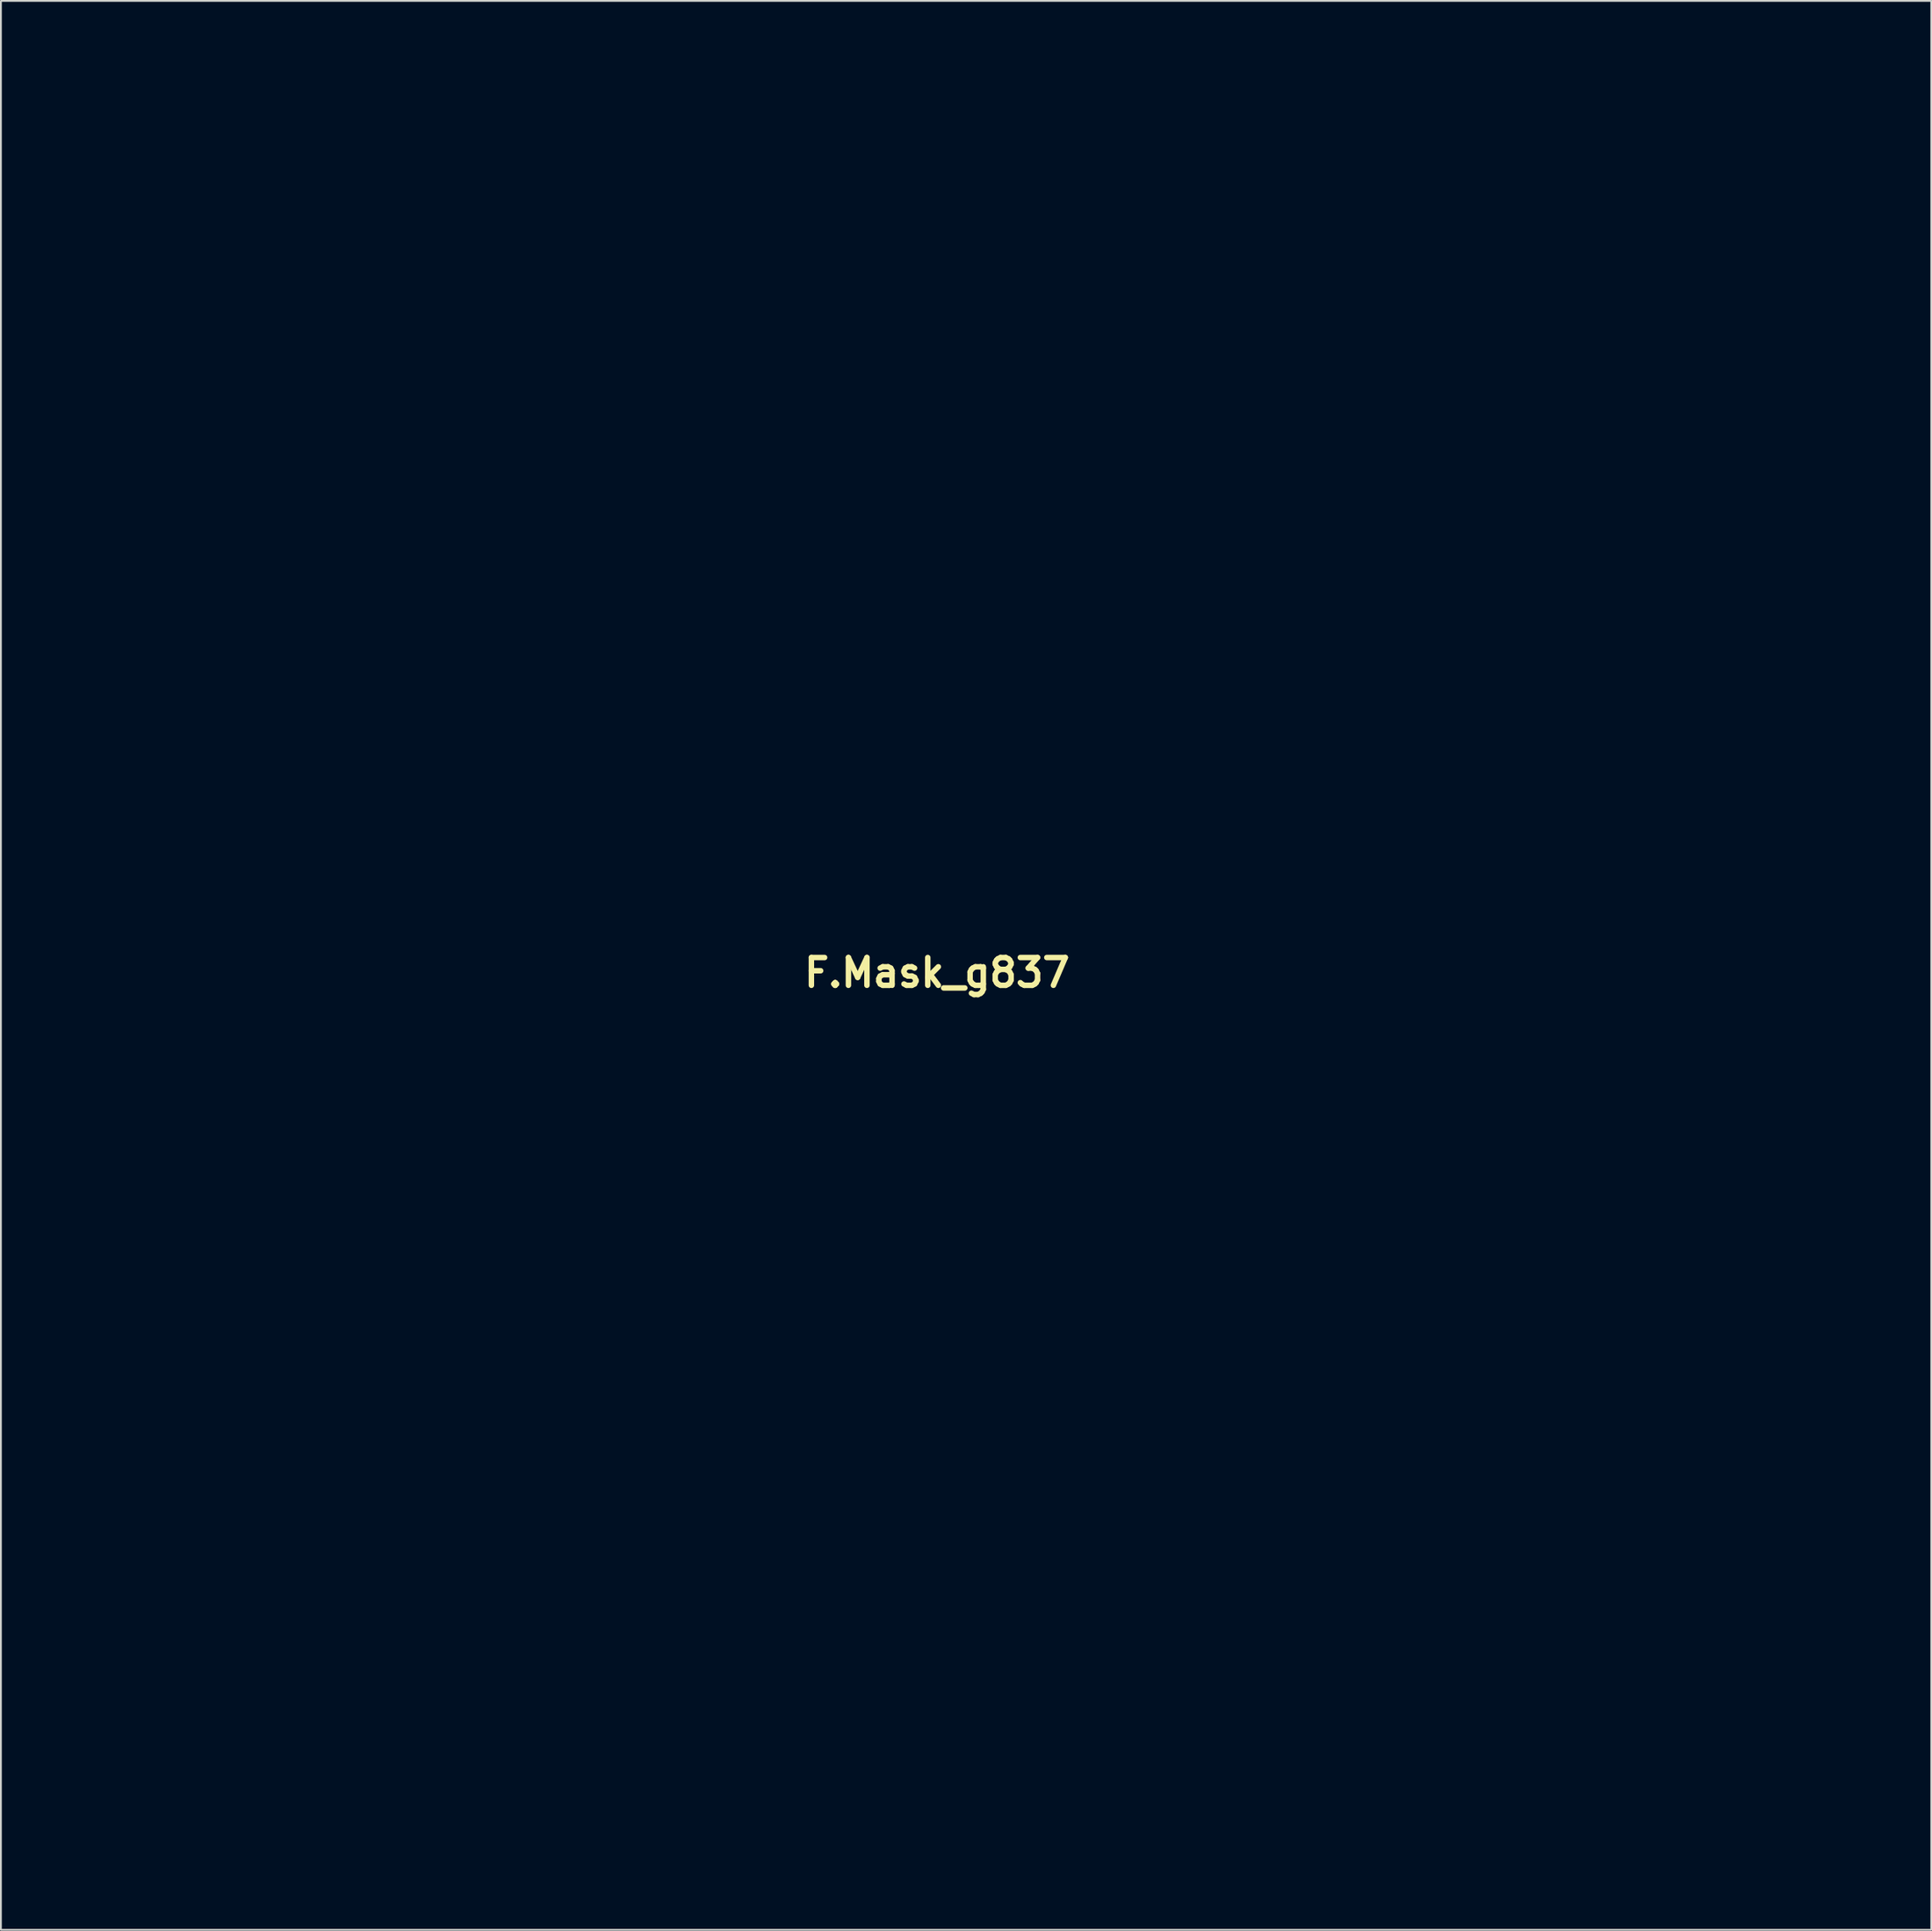
<source format=kicad_pcb>
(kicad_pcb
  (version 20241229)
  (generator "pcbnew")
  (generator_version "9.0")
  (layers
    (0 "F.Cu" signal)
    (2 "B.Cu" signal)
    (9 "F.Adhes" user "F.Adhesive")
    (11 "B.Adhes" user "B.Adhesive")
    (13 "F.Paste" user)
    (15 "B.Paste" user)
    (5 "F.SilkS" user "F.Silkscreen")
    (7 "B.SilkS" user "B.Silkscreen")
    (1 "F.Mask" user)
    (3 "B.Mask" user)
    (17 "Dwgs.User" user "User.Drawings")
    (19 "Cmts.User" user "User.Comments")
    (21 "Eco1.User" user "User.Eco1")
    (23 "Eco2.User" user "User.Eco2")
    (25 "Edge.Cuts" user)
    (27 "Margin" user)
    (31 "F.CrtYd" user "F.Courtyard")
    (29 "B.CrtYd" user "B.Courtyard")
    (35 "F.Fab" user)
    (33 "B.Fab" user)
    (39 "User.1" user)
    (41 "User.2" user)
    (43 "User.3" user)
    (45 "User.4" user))
  (footprint "F.Mask_g837"
    (layer "F.Cu")
    (at 48.37 50.336)
    (property "Reference" "F.Mask_g837" (at 0 0 0) (layer "F.SilkS") (effects (font (size 1.524 1.524) (thickness 0.3))))
    (attr through_hole)
    (fp_poly (pts (xy 12.883 -15.338) (xy 12.97 -15.269) (xy 13.096 -15.16) (xy 13.252 -15.02) (xy 13.363 -14.918) (xy 13.859 -14.456) (xy 14.297 -14.048) (xy 14.678 -13.692) (xy 15.007 -13.385) (xy 15.287 -13.124) (xy 15.52 -12.905) (xy 15.709 -12.726) (xy 15.859 -12.585) (xy 15.971 -12.477) (xy 16.05 -12.4) (xy 16.098 -12.352) (xy 16.118 -12.329) (xy 16.119 -12.327) (xy 16.083 -12.306) (xy 15.976 -12.263) (xy 15.805 -12.201) (xy 15.58 -12.123) (xy 15.311 -12.032) (xy 15.006 -11.931) (xy 14.674 -11.822) (xy 14.325 -11.709) (xy 13.967 -11.594) (xy 13.61 -11.481) (xy 13.262 -11.372) (xy 12.932 -11.27) (xy 12.63 -11.178) (xy 12.365 -11.098) (xy 12.146 -11.035) (xy 11.981 -10.99) (xy 11.88 -10.967) (xy 11.858 -10.964) (xy 11.824 -10.996) (xy 11.828 -11.038) (xy 11.842 -11.093) (xy 11.873 -11.222) (xy 11.919 -11.418) (xy 11.978 -11.671) (xy 12.049 -11.975) (xy 12.129 -12.321) (xy 12.217 -12.701) (xy 12.311 -13.107) (xy 12.338 -13.225) (xy 12.433 -13.635) (xy 12.523 -14.019) (xy 12.605 -14.37) (xy 12.678 -14.68) (xy 12.741 -14.941) (xy 12.791 -15.146) (xy 12.826 -15.286) (xy 12.844 -15.353) (xy 12.847 -15.358) (xy 12.883 -15.338)) (stroke (width 0.01) (type solid)) (fill yes) (layer "F.Mask"))
    (fp_poly (pts (xy 17.584 -16.735) (xy 17.675 -16.66) (xy 17.817 -16.536) (xy 18.004 -16.37) (xy 18.23 -16.166) (xy 18.49 -15.929) (xy 18.778 -15.664) (xy 19.09 -15.377) (xy 19.418 -15.072) (xy 19.758 -14.755) (xy 19.91 -14.613) (xy 20.141 -14.394) (xy 20.348 -14.194) (xy 20.525 -14.019) (xy 20.663 -13.877) (xy 20.757 -13.775) (xy 20.798 -13.72) (xy 20.799 -13.713) (xy 20.75 -13.692) (xy 20.629 -13.649) (xy 20.447 -13.588) (xy 20.212 -13.513) (xy 19.936 -13.425) (xy 19.626 -13.328) (xy 19.294 -13.224) (xy 18.948 -13.118) (xy 18.599 -13.011) (xy 18.255 -12.908) (xy 17.928 -12.81) (xy 17.626 -12.72) (xy 17.359 -12.643) (xy 17.138 -12.58) (xy 16.971 -12.535) (xy 16.958 -12.532) (xy 16.773 -12.485) (xy 16.655 -12.458) (xy 16.588 -12.45) (xy 16.559 -12.458) (xy 16.552 -12.481) (xy 16.552 -12.484) (xy 16.562 -12.556) (xy 16.589 -12.7) (xy 16.63 -12.904) (xy 16.685 -13.159) (xy 16.751 -13.455) (xy 16.825 -13.784) (xy 16.905 -14.135) (xy 16.988 -14.499) (xy 17.074 -14.865) (xy 17.159 -15.226) (xy 17.241 -15.57) (xy 17.318 -15.888) (xy 17.388 -16.171) (xy 17.449 -16.409) (xy 17.497 -16.593) (xy 17.532 -16.713) (xy 17.549 -16.758) (xy 17.584 -16.735)) (stroke (width 0.01) (type solid)) (fill yes) (layer "F.Mask"))
    (fp_poly (pts (xy 13.946 -20.215) (xy 13.974 -20.199) (xy 14.021 -20.165) (xy 14.089 -20.109) (xy 14.184 -20.027) (xy 14.308 -19.916) (xy 14.467 -19.774) (xy 14.662 -19.595) (xy 14.899 -19.377) (xy 15.181 -19.116) (xy 15.513 -18.809) (xy 15.897 -18.452) (xy 16.339 -18.041) (xy 16.476 -17.913) (xy 16.684 -17.718) (xy 16.868 -17.542) (xy 17.02 -17.392) (xy 17.132 -17.277) (xy 17.196 -17.205) (xy 17.207 -17.185) (xy 17.155 -17.153) (xy 17.093 -17.134) (xy 17.032 -17.118) (xy 16.9 -17.079) (xy 16.705 -17.021) (xy 16.457 -16.946) (xy 16.164 -16.858) (xy 15.835 -16.758) (xy 15.48 -16.65) (xy 15.325 -16.602) (xy 14.95 -16.489) (xy 14.59 -16.38) (xy 14.253 -16.28) (xy 13.951 -16.191) (xy 13.695 -16.117) (xy 13.495 -16.061) (xy 13.361 -16.026) (xy 13.335 -16.02) (xy 13.18 -15.981) (xy 13.059 -15.942) (xy 12.995 -15.912) (xy 12.991 -15.907) (xy 12.953 -15.893) (xy 12.937 -15.911) (xy 12.939 -15.963) (xy 12.959 -16.088) (xy 12.994 -16.276) (xy 13.044 -16.518) (xy 13.104 -16.804) (xy 13.174 -17.125) (xy 13.252 -17.47) (xy 13.334 -17.831) (xy 13.418 -18.198) (xy 13.503 -18.562) (xy 13.587 -18.913) (xy 13.666 -19.241) (xy 13.739 -19.537) (xy 13.804 -19.791) (xy 13.858 -19.995) (xy 13.9 -20.137) (xy 13.927 -20.21) (xy 13.932 -20.217) (xy 13.946 -20.215)) (stroke (width 0.01) (type solid)) (fill yes) (layer "F.Mask"))
    (fp_poly (pts (xy 13.864 -20.605) (xy 13.873 -20.587) (xy 13.906 -20.549) (xy 13.996 -20.459) (xy 14.137 -20.322) (xy 14.324 -20.143) (xy 14.551 -19.928) (xy 14.812 -19.681) (xy 15.102 -19.407) (xy 15.416 -19.113) (xy 15.711 -18.837) (xy 16.04 -18.529) (xy 16.35 -18.237) (xy 16.634 -17.966) (xy 16.888 -17.723) (xy 17.106 -17.511) (xy 17.283 -17.337) (xy 17.414 -17.205) (xy 17.492 -17.12) (xy 17.514 -17.089) (xy 17.532 -17.031) (xy 17.589 -16.976) (xy 17.639 -16.934) (xy 17.742 -16.842) (xy 17.891 -16.707) (xy 18.08 -16.533) (xy 18.302 -16.328) (xy 18.551 -16.098) (xy 18.819 -15.848) (xy 19.101 -15.586) (xy 19.389 -15.317) (xy 19.677 -15.048) (xy 19.957 -14.785) (xy 20.224 -14.535) (xy 20.471 -14.302) (xy 20.69 -14.094) (xy 20.876 -13.918) (xy 21.022 -13.778) (xy 21.12 -13.682) (xy 21.165 -13.636) (xy 21.167 -13.632) (xy 21.131 -13.61) (xy 21.093 -13.604) (xy 21.04 -13.592) (xy 20.916 -13.557) (xy 20.73 -13.502) (xy 20.489 -13.431) (xy 20.203 -13.345) (xy 19.881 -13.249) (xy 19.533 -13.143) (xy 19.166 -13.032) (xy 18.791 -12.918) (xy 18.415 -12.803) (xy 18.049 -12.69) (xy 17.7 -12.583) (xy 17.379 -12.484) (xy 17.093 -12.395) (xy 16.852 -12.319) (xy 16.665 -12.26) (xy 16.542 -12.219) (xy 16.49 -12.2) (xy 16.49 -12.2) (xy 16.411 -12.173) (xy 16.384 -12.169) (xy 16.327 -12.155) (xy 16.201 -12.119) (xy 16.018 -12.066) (xy 15.79 -11.998) (xy 15.53 -11.919) (xy 15.346 -11.863) (xy 15.038 -11.768) (xy 14.672 -11.656) (xy 14.27 -11.533) (xy 13.855 -11.406) (xy 13.449 -11.283) (xy 13.102 -11.177) (xy 12.784 -11.08) (xy 12.487 -10.99) (xy 12.223 -10.91) (xy 12.003 -10.842) (xy 11.837 -10.791) (xy 11.736 -10.76) (xy 11.716 -10.753) (xy 11.633 -10.728) (xy 11.6 -10.723) (xy 11.61 -10.765) (xy 11.628 -10.843) (xy 11.726 -10.843) (xy 11.727 -10.837) (xy 11.771 -10.849) (xy 11.889 -10.884) (xy 12.074 -10.939) (xy 12.317 -11.012) (xy 12.611 -11.1) (xy 12.949 -11.203) (xy 13.323 -11.316) (xy 13.726 -11.439) (xy 13.974 -11.514) (xy 14.392 -11.642) (xy 14.787 -11.763) (xy 15.152 -11.875) (xy 15.478 -11.976) (xy 15.759 -12.063) (xy 15.985 -12.133) (xy 16.151 -12.185) (xy 16.247 -12.216) (xy 16.268 -12.224) (xy 16.274 -12.24) (xy 16.254 -12.278) (xy 16.226 -12.313) (xy 16.385 -12.313) (xy 16.393 -12.299) (xy 16.418 -12.294) (xy 16.466 -12.299) (xy 16.544 -12.316) (xy 16.657 -12.345) (xy 16.812 -12.388) (xy 17.014 -12.448) (xy 17.269 -12.524) (xy 17.584 -12.62) (xy 17.963 -12.735) (xy 18.413 -12.873) (xy 18.775 -12.983) (xy 19.186 -13.109) (xy 19.574 -13.228) (xy 19.93 -13.337) (xy 20.247 -13.435) (xy 20.516 -13.519) (xy 20.732 -13.587) (xy 20.885 -13.636) (xy 20.968 -13.663) (xy 20.981 -13.668) (xy 20.958 -13.7) (xy 20.879 -13.783) (xy 20.752 -13.911) (xy 20.582 -14.077) (xy 20.377 -14.276) (xy 20.144 -14.501) (xy 19.887 -14.745) (xy 19.616 -15.003) (xy 19.335 -15.269) (xy 19.053 -15.535) (xy 18.774 -15.796) (xy 18.507 -16.045) (xy 18.258 -16.277) (xy 18.032 -16.484) (xy 17.839 -16.661) (xy 17.682 -16.801) (xy 17.57 -16.898) (xy 17.51 -16.946) (xy 17.502 -16.95) (xy 17.486 -16.911) (xy 17.453 -16.796) (xy 17.406 -16.615) (xy 17.345 -16.373) (xy 17.272 -16.079) (xy 17.19 -15.74) (xy 17.101 -15.363) (xy 17.006 -14.956) (xy 16.954 -14.732) (xy 16.856 -14.308) (xy 16.763 -13.906) (xy 16.677 -13.533) (xy 16.599 -13.2) (xy 16.533 -12.912) (xy 16.478 -12.679) (xy 16.438 -12.508) (xy 16.415 -12.408) (xy 16.41 -12.388) (xy 16.4 -12.359) (xy 16.39 -12.333) (xy 16.385 -12.313) (xy 16.226 -12.313) (xy 16.205 -12.34) (xy 16.121 -12.431) (xy 16 -12.554) (xy 15.838 -12.714) (xy 15.63 -12.914) (xy 15.372 -13.159) (xy 15.06 -13.452) (xy 14.692 -13.797) (xy 14.581 -13.899) (xy 14.257 -14.201) (xy 13.951 -14.484) (xy 13.67 -14.743) (xy 13.418 -14.974) (xy 13.201 -15.171) (xy 13.025 -15.328) (xy 12.896 -15.442) (xy 12.818 -15.507) (xy 12.797 -15.52) (xy 12.782 -15.475) (xy 12.751 -15.356) (xy 12.705 -15.174) (xy 12.648 -14.936) (xy 12.581 -14.653) (xy 12.506 -14.333) (xy 12.425 -13.984) (xy 12.34 -13.616) (xy 12.253 -13.238) (xy 12.166 -12.858) (xy 12.082 -12.486) (xy 12.002 -12.131) (xy 11.928 -11.801) (xy 11.863 -11.505) (xy 11.808 -11.252) (xy 11.765 -11.052) (xy 11.738 -10.913) (xy 11.726 -10.843) (xy 11.628 -10.843) (xy 11.636 -10.882) (xy 11.679 -11.066) (xy 11.736 -11.312) (xy 11.805 -11.612) (xy 11.885 -11.957) (xy 11.974 -12.342) (xy 12.07 -12.759) (xy 12.164 -13.166) (xy 12.266 -13.606) (xy 12.36 -14.021) (xy 12.446 -14.404) (xy 12.522 -14.748) (xy 12.586 -15.045) (xy 12.638 -15.288) (xy 12.674 -15.47) (xy 12.694 -15.583) (xy 12.697 -15.621) (xy 12.702 -15.664) (xy 12.702 -15.664) (xy 12.857 -15.664) (xy 12.881 -15.631) (xy 12.961 -15.545) (xy 13.093 -15.412) (xy 13.271 -15.237) (xy 13.489 -15.026) (xy 13.743 -14.784) (xy 14.026 -14.515) (xy 14.333 -14.226) (xy 14.571 -14.003) (xy 14.966 -13.635) (xy 15.303 -13.323) (xy 15.586 -13.064) (xy 15.818 -12.854) (xy 16.003 -12.69) (xy 16.145 -12.569) (xy 16.246 -12.489) (xy 16.311 -12.446) (xy 16.342 -12.437) (xy 16.345 -12.441) (xy 16.36 -12.494) (xy 16.391 -12.622) (xy 16.437 -12.817) (xy 16.497 -13.071) (xy 16.569 -13.376) (xy 16.65 -13.726) (xy 16.74 -14.111) (xy 16.835 -14.524) (xy 16.891 -14.765) (xy 16.988 -15.188) (xy 17.079 -15.587) (xy 17.161 -15.952) (xy 17.233 -16.277) (xy 17.294 -16.555) (xy 17.341 -16.777) (xy 17.373 -16.936) (xy 17.389 -17.025) (xy 17.39 -17.041) (xy 17.348 -17.033) (xy 17.233 -17.002) (xy 17.055 -16.951) (xy 16.823 -16.884) (xy 16.545 -16.802) (xy 16.232 -16.709) (xy 15.89 -16.607) (xy 15.53 -16.498) (xy 15.161 -16.386) (xy 14.79 -16.274) (xy 14.427 -16.163) (xy 14.081 -16.056) (xy 13.761 -15.957) (xy 13.476 -15.868) (xy 13.234 -15.792) (xy 13.045 -15.731) (xy 12.917 -15.688) (xy 12.859 -15.666) (xy 12.857 -15.664) (xy 12.702 -15.664) (xy 12.724 -15.781) (xy 12.726 -15.794) (xy 12.785 -15.794) (xy 12.803 -15.75) (xy 12.81 -15.748) (xy 12.854 -15.76) (xy 12.972 -15.795) (xy 13.156 -15.85) (xy 13.398 -15.923) (xy 13.692 -16.011) (xy 14.03 -16.114) (xy 14.404 -16.228) (xy 14.807 -16.351) (xy 15.064 -16.429) (xy 15.483 -16.557) (xy 15.878 -16.679) (xy 16.241 -16.791) (xy 16.566 -16.892) (xy 16.844 -16.978) (xy 17.068 -17.049) (xy 17.231 -17.101) (xy 17.325 -17.132) (xy 17.346 -17.14) (xy 17.327 -17.175) (xy 17.248 -17.265) (xy 17.108 -17.408) (xy 16.911 -17.603) (xy 16.659 -17.848) (xy 16.351 -18.141) (xy 15.992 -18.48) (xy 15.633 -18.815) (xy 15.258 -19.165) (xy 14.939 -19.461) (xy 14.673 -19.708) (xy 14.454 -19.908) (xy 14.278 -20.068) (xy 14.139 -20.189) (xy 14.034 -20.278) (xy 13.957 -20.337) (xy 13.903 -20.371) (xy 13.869 -20.384) (xy 13.848 -20.379) (xy 13.837 -20.362) (xy 13.836 -20.359) (xy 13.819 -20.296) (xy 13.786 -20.162) (xy 13.739 -19.965) (xy 13.681 -19.715) (xy 13.612 -19.422) (xy 13.535 -19.093) (xy 13.453 -18.739) (xy 13.368 -18.368) (xy 13.28 -17.991) (xy 13.194 -17.615) (xy 13.111 -17.251) (xy 13.032 -16.908) (xy 12.961 -16.594) (xy 12.899 -16.319) (xy 12.848 -16.093) (xy 12.811 -15.923) (xy 12.789 -15.821) (xy 12.785 -15.794) (xy 12.726 -15.794) (xy 12.761 -15.963) (xy 12.812 -16.201) (xy 12.874 -16.487) (xy 12.945 -16.811) (xy 13.024 -17.166) (xy 13.108 -17.543) (xy 13.196 -17.932) (xy 13.286 -18.325) (xy 13.375 -18.714) (xy 13.461 -19.09) (xy 13.543 -19.444) (xy 13.619 -19.766) (xy 13.687 -20.05) (xy 13.744 -20.286) (xy 13.788 -20.464) (xy 13.819 -20.578) (xy 13.832 -20.616) (xy 13.864 -20.605)) (stroke (width 0.01) (type solid)) (fill yes) (layer "F.Mask"))
    (fp_poly (pts (xy 46.93 -50.244) (xy 47.132 -50.206) (xy 47.307 -50.168) (xy 47.435 -50.133) (xy 47.498 -50.108) (xy 47.541 -50.072) (xy 47.642 -49.986) (xy 47.795 -49.854) (xy 47.994 -49.682) (xy 48.234 -49.474) (xy 48.509 -49.237) (xy 48.812 -48.975) (xy 49.139 -48.692) (xy 49.424 -48.445) (xy 51.287 -46.83) (xy 51.42 -45.997) (xy 51.553 -45.163) (xy 50.884 -44.113) (xy 50.215 -43.063) (xy 50.147 -42.476) (xy 50.121 -42.25) (xy 50.096 -42.045) (xy 50.075 -41.879) (xy 50.06 -41.772) (xy 50.058 -41.758) (xy 50.037 -41.627) (xy 46.814 -40.619) (xy 40.456 -34.205) (xy 39.828 -33.571) (xy 39.205 -32.943) (xy 38.593 -32.326) (xy 37.993 -31.721) (xy 37.411 -31.133) (xy 36.848 -30.565) (xy 36.308 -30.02) (xy 35.796 -29.503) (xy 35.313 -29.016) (xy 34.864 -28.562) (xy 34.452 -28.146) (xy 34.081 -27.771) (xy 33.753 -27.44) (xy 33.473 -27.157) (xy 33.243 -26.924) (xy 33.067 -26.746) (xy 32.985 -26.663) (xy 31.872 -25.534) (xy 31.965 -25.351) (xy 32.139 -25.051) (xy 32.366 -24.723) (xy 32.63 -24.387) (xy 32.916 -24.062) (xy 33.206 -23.768) (xy 33.293 -23.689) (xy 33.472 -23.531) (xy 33.653 -23.38) (xy 33.842 -23.231) (xy 34.045 -23.079) (xy 34.269 -22.919) (xy 34.522 -22.748) (xy 34.81 -22.561) (xy 35.139 -22.353) (xy 35.517 -22.119) (xy 35.951 -21.856) (xy 36.447 -21.558) (xy 36.809 -21.342) (xy 37.068 -21.186) (xy 37.331 -21.024) (xy 37.579 -20.87) (xy 37.792 -20.735) (xy 37.951 -20.631) (xy 37.952 -20.631) (xy 38.333 -20.374) (xy 38.539 -19.852) (xy 38.905 -18.856) (xy 39.202 -17.894) (xy 39.432 -16.953) (xy 39.597 -16.024) (xy 39.699 -15.094) (xy 39.739 -14.3) (xy 39.736 -13.426) (xy 39.68 -12.602) (xy 39.568 -11.807) (xy 39.398 -11.022) (xy 39.164 -10.228) (xy 38.929 -9.567) (xy 38.87 -9.423) (xy 38.788 -9.237) (xy 38.689 -9.022) (xy 38.579 -8.788) (xy 38.464 -8.55) (xy 38.351 -8.319) (xy 38.245 -8.108) (xy 38.152 -7.93) (xy 38.079 -7.795) (xy 38.032 -7.718) (xy 38.018 -7.705) (xy 37.983 -7.732) (xy 37.889 -7.812) (xy 37.74 -7.941) (xy 37.539 -8.116) (xy 37.29 -8.333) (xy 36.998 -8.588) (xy 36.667 -8.879) (xy 36.3 -9.201) (xy 35.901 -9.551) (xy 35.474 -9.926) (xy 35.024 -10.323) (xy 34.554 -10.737) (xy 34.308 -10.954) (xy 33.825 -11.379) (xy 33.358 -11.792) (xy 32.909 -12.187) (xy 32.484 -12.562) (xy 32.087 -12.913) (xy 31.721 -13.235) (xy 31.392 -13.525) (xy 31.103 -13.78) (xy 30.859 -13.995) (xy 30.664 -14.167) (xy 30.522 -14.292) (xy 30.437 -14.367) (xy 30.419 -14.383) (xy 30.214 -14.563) (xy 30.396 -16.134) (xy 30.579 -17.705) (xy 30.479 -18.339) (xy 30.441 -18.564) (xy 30.403 -18.761) (xy 30.37 -18.915) (xy 30.343 -19.009) (xy 30.334 -19.027) (xy 30.28 -19.057) (xy 30.159 -19.105) (xy 29.986 -19.165) (xy 29.775 -19.232) (xy 29.612 -19.281) (xy 29.346 -19.36) (xy 29.07 -19.441) (xy 28.811 -19.518) (xy 28.597 -19.583) (xy 28.527 -19.604) (xy 28.119 -19.728) (xy 27.936 -20.009) (xy 27.844 -20.147) (xy 27.784 -20.223) (xy 27.745 -20.248) (xy 27.714 -20.231) (xy 27.697 -20.209) (xy 27.509 -19.947) (xy 27.337 -19.719) (xy 27.17 -19.513) (xy 26.998 -19.318) (xy 26.809 -19.121) (xy 26.592 -18.913) (xy 26.337 -18.68) (xy 26.031 -18.411) (xy 25.866 -18.268) (xy 25.454 -17.905) (xy 25.106 -17.581) (xy 24.813 -17.287) (xy 24.566 -17.013) (xy 24.36 -16.751) (xy 24.186 -16.493) (xy 24.036 -16.229) (xy 23.955 -16.064) (xy 23.763 -15.56) (xy 23.632 -15.005) (xy 23.564 -14.409) (xy 23.559 -13.779) (xy 23.618 -13.125) (xy 23.7 -12.645) (xy 23.776 -12.273) (xy 19.497 -8.006) (xy 19.248 -7.757) (xy 18.941 -7.451) (xy 18.578 -7.089) (xy 18.159 -6.672) (xy 17.688 -6.202) (xy 17.166 -5.682) (xy 16.595 -5.112) (xy 15.976 -4.495) (xy 15.311 -3.833) (xy 14.602 -3.127) (xy 13.851 -2.378) (xy 13.06 -1.59) (xy 12.23 -0.763) (xy 11.363 0.101) (xy 10.461 1) (xy 9.525 1.932) (xy 8.558 2.896) (xy 7.562 3.889) (xy 6.537 4.909) (xy 5.486 5.956) (xy 4.411 7.028) (xy 3.313 8.122) (xy 2.194 9.236) (xy 1.056 10.37) (xy -0.099 11.521) (xy -1.27 12.687) (xy -2.454 13.868) (xy -3.651 15.06) (xy -4.857 16.262) (xy -6.073 17.472) (xy -7.294 18.69) (xy -8.521 19.912) (xy -8.769 20.158) (xy -32.756 44.055) (xy -33.745 44.627) (xy -34.827 45.246) (xy -35.846 45.814) (xy -36.808 46.333) (xy -37.717 46.805) (xy -38.578 47.233) (xy -39.394 47.617) (xy -40.171 47.96) (xy -40.913 48.264) (xy -41.624 48.531) (xy -42.308 48.762) (xy -42.971 48.96) (xy -43.617 49.127) (xy -44.249 49.264) (xy -44.683 49.342) (xy -45.024 49.392) (xy -45.398 49.436) (xy -45.786 49.472) (xy -46.173 49.499) (xy -46.541 49.517) (xy -46.874 49.523) (xy -47.153 49.518) (xy -47.329 49.505) (xy -47.422 49.495) (xy -47.569 49.481) (xy -47.741 49.467) (xy -47.763 49.465) (xy -47.948 49.444) (xy -48.055 49.417) (xy -48.091 49.383) (xy -48.091 49.383) (xy -48.124 49.319) (xy -48.146 49.306) (xy -48.177 49.253) (xy -48.207 49.123) (xy -48.236 48.924) (xy -48.264 48.663) (xy -48.289 48.349) (xy -48.311 47.988) (xy -48.33 47.589) (xy -48.346 47.16) (xy -48.357 46.707) (xy -48.364 46.239) (xy -48.365 45.889) (xy -48.364 45.385) (xy -48.359 44.952) (xy -48.351 44.574) (xy -48.336 44.239) (xy -48.316 43.931) (xy -48.288 43.636) (xy -48.252 43.34) (xy -48.206 43.029) (xy -48.151 42.689) (xy -48.148 42.672) (xy -48.025 42.02) (xy -47.879 41.399) (xy -47.707 40.799) (xy -47.504 40.213) (xy -47.267 39.633) (xy -47.259 39.618) (xy -42.03 39.618) (xy -42.025 40.058) (xy -42.01 40.508) (xy -41.985 40.951) (xy -41.95 41.368) (xy -41.912 41.693) (xy -41.88 41.925) (xy -41.85 42.134) (xy -41.824 42.302) (xy -41.806 42.412) (xy -41.8 42.439) (xy -41.785 42.479) (xy -41.752 42.509) (xy -41.687 42.534) (xy -41.578 42.557) (xy -41.409 42.582) (xy -41.219 42.607) (xy -40.43 42.692) (xy -39.674 42.742) (xy -38.964 42.756) (xy -38.311 42.734) (xy -38.033 42.712) (xy -37.186 42.592) (xy -36.383 42.402) (xy -35.621 42.14) (xy -34.895 41.804) (xy -34.199 41.391) (xy -33.57 40.934) (xy -33.548 40.915) (xy -33.518 40.889) (xy -33.48 40.854) (xy -33.433 40.811) (xy -33.376 40.758) (xy -33.308 40.694) (xy -33.229 40.618) (xy -33.137 40.529) (xy -33.031 40.427) (xy -32.911 40.31) (xy -32.776 40.178) (xy -32.624 40.029) (xy -32.454 39.863) (xy -32.267 39.678) (xy -32.06 39.474) (xy -31.834 39.251) (xy -31.586 39.006) (xy -31.316 38.739) (xy -31.023 38.449) (xy -30.707 38.136) (xy -30.366 37.797) (xy -29.999 37.433) (xy -29.605 37.043) (xy -29.184 36.625) (xy -28.735 36.178) (xy -28.256 35.702) (xy -27.747 35.196) (xy -27.207 34.659) (xy -26.634 34.089) (xy -26.028 33.487) (xy -25.389 32.85) (xy -24.714 32.179) (xy -24.003 31.471) (xy -23.256 30.727) (xy -22.471 29.945) (xy -21.647 29.125) (xy -20.784 28.265) (xy -19.88 27.365) (xy -18.935 26.423) (xy -17.947 25.439) (xy -16.916 24.412) (xy -15.841 23.34) (xy -14.72 22.224) (xy -13.554 21.061) (xy -12.34 19.852) (xy -11.078 18.595) (xy -9.768 17.289) (xy -8.408 15.933) (xy -6.997 14.527) (xy -5.534 13.069) (xy -4.019 11.558) (xy -2.45 9.995) (xy -0.827 8.377) (xy 0.852 6.703) (xy 2.587 4.974) (xy 4.379 3.187) (xy 6.23 1.343) (xy 7.98 -0.402) (xy 19.41 -11.795) (xy 19.748 -11.931) (xy 20.265 -12.095) (xy 20.785 -12.178) (xy 21.313 -12.178) (xy 21.852 -12.096) (xy 22.406 -11.932) (xy 22.604 -11.854) (xy 22.92 -11.724) (xy 23.213 -12.016) (xy 23.505 -12.309) (xy 23.249 -12.832) (xy 22.956 -13.498) (xy 22.742 -14.135) (xy 22.605 -14.749) (xy 22.546 -15.341) (xy 22.565 -15.915) (xy 22.66 -16.475) (xy 22.741 -16.764) (xy 22.839 -17.024) (xy 22.976 -17.321) (xy 23.137 -17.628) (xy 23.308 -17.917) (xy 23.46 -18.14) (xy 23.662 -18.389) (xy 23.926 -18.677) (xy 24.245 -18.997) (xy 24.611 -19.34) (xy 25.015 -19.7) (xy 25.449 -20.068) (xy 25.76 -20.321) (xy 26.196 -20.674) (xy 26.568 -20.985) (xy 26.881 -21.258) (xy 27.143 -21.5) (xy 27.358 -21.715) (xy 27.532 -21.909) (xy 27.671 -22.087) (xy 27.686 -22.107) (xy 27.78 -22.237) (xy 27.855 -22.333) (xy 27.898 -22.38) (xy 27.904 -22.382) (xy 27.908 -22.383) (xy 27.894 -22.4) (xy 27.86 -22.437) (xy 27.801 -22.497) (xy 27.715 -22.583) (xy 27.597 -22.698) (xy 27.444 -22.847) (xy 27.254 -23.033) (xy 27.021 -23.259) (xy 26.743 -23.528) (xy 26.416 -23.844) (xy 26.036 -24.21) (xy 25.601 -24.631) (xy 25.38 -24.844) (xy 25.002 -25.208) (xy 24.642 -25.554) (xy 24.304 -25.877) (xy 23.993 -26.173) (xy 23.714 -26.438) (xy 23.47 -26.667) (xy 23.268 -26.856) (xy 23.11 -27.001) (xy 23.003 -27.097) (xy 22.95 -27.141) (xy 22.945 -27.142) (xy 22.904 -27.104) (xy 22.813 -27.028) (xy 22.689 -26.928) (xy 22.646 -26.894) (xy 22.348 -26.637) (xy 22.016 -26.305) (xy 21.65 -25.902) (xy 21.253 -25.429) (xy 20.828 -24.891) (xy 20.493 -24.457) (xy 20.198 -24.085) (xy 19.938 -23.767) (xy 19.705 -23.495) (xy 19.492 -23.262) (xy 19.292 -23.059) (xy 19.099 -22.88) (xy 18.904 -22.715) (xy 18.7 -22.558) (xy 18.693 -22.553) (xy 18.197 -22.226) (xy 17.688 -21.973) (xy 17.155 -21.792) (xy 16.586 -21.678) (xy 15.972 -21.629) (xy 15.75 -21.626) (xy 15.173 -21.65) (xy 14.593 -21.72) (xy 13.993 -21.84) (xy 13.357 -22.013) (xy 12.954 -22.142) (xy 12.467 -22.305) (xy 12.013 -21.852) (xy 11.56 -21.399) (xy 11.754 -21.103) (xy 12.022 -20.65) (xy 12.219 -20.216) (xy 12.345 -19.805) (xy 12.397 -19.422) (xy 12.375 -19.072) (xy 12.355 -18.978) (xy 12.35 -18.964) (xy 12.339 -18.946) (xy 12.322 -18.92) (xy 12.297 -18.888) (xy 12.264 -18.846) (xy 12.22 -18.795) (xy 12.165 -18.733) (xy 12.098 -18.658) (xy 12.017 -18.57) (xy 11.922 -18.467) (xy 11.811 -18.348) (xy 11.683 -18.212) (xy 11.537 -18.059) (xy 11.371 -17.885) (xy 11.185 -17.691) (xy 10.978 -17.475) (xy 10.748 -17.237) (xy 10.493 -16.974) (xy 10.214 -16.685) (xy 9.909 -16.37) (xy 9.576 -16.028) (xy 9.214 -15.656) (xy 8.823 -15.254) (xy 8.401 -14.821) (xy 7.947 -14.356) (xy 7.46 -13.857) (xy 6.938 -13.323) (xy 6.381 -12.753) (xy 5.787 -12.145) (xy 5.155 -11.499) (xy 4.485 -10.814) (xy 3.774 -10.087) (xy 3.022 -9.319) (xy 2.227 -8.507) (xy 1.389 -7.652) (xy 0.506 -6.75) (xy -0.423 -5.802) (xy -1.399 -4.805) (xy -2.424 -3.76) (xy -3.498 -2.664) (xy -4.622 -1.517) (xy -5.798 -0.317) (xy -7.027 0.937) (xy -8.31 2.246) (xy -9.649 3.611) (xy -11.043 5.034) (xy -12.496 6.516) (xy -13.242 7.277) (xy -14.474 8.533) (xy -15.692 9.776) (xy -16.896 11.004) (xy -18.083 12.215) (xy -19.253 13.408) (xy -20.403 14.582) (xy -21.533 15.735) (xy -22.641 16.865) (xy -23.726 17.972) (xy -24.787 19.054) (xy -25.821 20.11) (xy -26.828 21.137) (xy -27.807 22.135) (xy -28.755 23.103) (xy -29.672 24.038) (xy -30.555 24.94) (xy -31.405 25.806) (xy -32.219 26.637) (xy -32.995 27.429) (xy -33.734 28.183) (xy -34.432 28.896) (xy -35.09 29.566) (xy -35.704 30.194) (xy -36.275 30.776) (xy -36.8 31.312) (xy -37.279 31.801) (xy -37.709 32.24) (xy -38.09 32.629) (xy -38.42 32.966) (xy -38.698 33.25) (xy -38.922 33.479) (xy -39.091 33.652) (xy -39.204 33.767) (xy -39.259 33.823) (xy -39.26 33.824) (xy -39.57 34.154) (xy -39.896 34.519) (xy -40.221 34.897) (xy -40.526 35.265) (xy -40.791 35.602) (xy -40.842 35.669) (xy -41.175 36.155) (xy -41.444 36.642) (xy -41.657 37.147) (xy -41.82 37.689) (xy -41.941 38.284) (xy -41.979 38.544) (xy -42.007 38.843) (xy -42.024 39.207) (xy -42.03 39.618) (xy -47.259 39.618) (xy -46.991 39.051) (xy -46.673 38.457) (xy -46.308 37.845) (xy -45.893 37.206) (xy -45.424 36.532) (xy -44.896 35.814) (xy -44.625 35.458) (xy -44.594 35.418) (xy -44.56 35.375) (xy -44.52 35.327) (xy -44.475 35.274) (xy -44.422 35.213) (xy -44.361 35.144) (xy -44.29 35.066) (xy -44.209 34.978) (xy -44.116 34.877) (xy -44.011 34.764) (xy -43.891 34.637) (xy -43.756 34.495) (xy -43.605 34.337) (xy -43.436 34.161) (xy -43.249 33.966) (xy -43.042 33.752) (xy -42.814 33.517) (xy -42.564 33.26) (xy -42.291 32.979) (xy -41.994 32.674) (xy -41.671 32.343) (xy -41.322 31.986) (xy -40.945 31.6) (xy -40.539 31.186) (xy -40.104 30.741) (xy -39.637 30.265) (xy -39.137 29.756) (xy -38.605 29.213) (xy -38.037 28.636) (xy -37.435 28.022) (xy -36.795 27.371) (xy -36.117 26.682) (xy -35.4 25.953) (xy -34.643 25.184) (xy -33.845 24.372) (xy -33.004 23.518) (xy -32.119 22.619) (xy -31.189 21.675) (xy -30.214 20.684) (xy -29.191 19.646) (xy -28.12 18.558) (xy -27 17.421) (xy -25.829 16.232) (xy -24.607 14.991) (xy -23.331 13.697) (xy -22.002 12.348) (xy -20.618 10.943) (xy -19.177 9.48) (xy -17.679 7.96) (xy -16.435 6.697) (xy -15.154 5.396) (xy -13.887 4.111) (xy -12.636 2.841) (xy -11.403 1.588) (xy -10.187 0.354) (xy -8.992 -0.86) (xy -7.818 -2.053) (xy -6.665 -3.223) (xy -5.537 -4.369) (xy -4.434 -5.491) (xy -3.356 -6.585) (xy -2.307 -7.652) (xy -1.286 -8.69) (xy -0.295 -9.697) (xy 0.664 -10.673) (xy 1.591 -11.615) (xy 2.483 -12.523) (xy 3.34 -13.395) (xy 4.16 -14.229) (xy 4.943 -15.026) (xy 5.686 -15.782) (xy 6.388 -16.498) (xy 7.049 -17.171) (xy 7.666 -17.8) (xy 8.239 -18.384) (xy 8.766 -18.922) (xy 9.246 -19.412) (xy 9.678 -19.853) (xy 10.059 -20.243) (xy 10.39 -20.582) (xy 10.669 -20.868) (xy 10.894 -21.099) (xy 11.064 -21.274) (xy 11.177 -21.393) (xy 11.233 -21.453) (xy 11.239 -21.461) (xy 11.27 -21.51) (xy 11.354 -21.605) (xy 11.482 -21.734) (xy 11.644 -21.888) (xy 11.811 -22.04) (xy 12.383 -22.549) (xy 12.928 -22.601) (xy 13.752 -22.707) (xy 14.511 -22.861) (xy 15.211 -23.066) (xy 15.859 -23.324) (xy 16.46 -23.638) (xy 17.02 -24.009) (xy 17.472 -24.375) (xy 17.575 -24.473) (xy 17.724 -24.622) (xy 17.908 -24.811) (xy 18.115 -25.029) (xy 18.335 -25.264) (xy 18.525 -25.471) (xy 18.957 -25.933) (xy 19.351 -26.329) (xy 19.706 -26.659) (xy 20.019 -26.92) (xy 20.24 -27.08) (xy 20.334 -27.147) (xy 20.388 -27.193) (xy 20.392 -27.204) (xy 20.348 -27.22) (xy 20.241 -27.252) (xy 20.089 -27.294) (xy 20 -27.318) (xy 19.622 -27.419) (xy 19.325 -29.062) (xy 18.629 -29.2) (xy 17.932 -29.338) (xy 16.561 -28.891) (xy 16.237 -28.785) (xy 15.938 -28.69) (xy 15.673 -28.606) (xy 15.453 -28.539) (xy 15.288 -28.489) (xy 15.185 -28.461) (xy 15.156 -28.456) (xy 15.12 -28.485) (xy 15.023 -28.564) (xy 14.871 -28.69) (xy 14.667 -28.859) (xy 14.418 -29.067) (xy 14.127 -29.31) (xy 13.799 -29.584) (xy 13.438 -29.886) (xy 13.049 -30.212) (xy 12.637 -30.557) (xy 12.207 -30.918) (xy 11.762 -31.291) (xy 11.308 -31.672) (xy 10.849 -32.057) (xy 10.39 -32.443) (xy 9.936 -32.825) (xy 9.49 -33.199) (xy 9.058 -33.563) (xy 8.644 -33.911) (xy 8.253 -34.24) (xy 7.89 -34.546) (xy 7.558 -34.826) (xy 7.264 -35.075) (xy 7.01 -35.289) (xy 6.803 -35.465) (xy 6.646 -35.599) (xy 6.544 -35.687) (xy 6.501 -35.724) (xy 6.501 -35.725) (xy 6.534 -35.746) (xy 6.64 -35.789) (xy 6.81 -35.853) (xy 7.034 -35.933) (xy 7.305 -36.028) (xy 7.613 -36.134) (xy 7.95 -36.249) (xy 8.308 -36.369) (xy 8.677 -36.492) (xy 9.05 -36.615) (xy 9.418 -36.735) (xy 9.771 -36.849) (xy 10.102 -36.955) (xy 10.402 -37.049) (xy 10.662 -37.128) (xy 10.874 -37.191) (xy 11.021 -37.231) (xy 11.72 -37.391) (xy 12.428 -37.513) (xy 13.152 -37.599) (xy 13.9 -37.647) (xy 14.678 -37.658) (xy 15.495 -37.631) (xy 16.357 -37.567) (xy 17.273 -37.465) (xy 18.249 -37.325) (xy 19.294 -37.147) (xy 19.335 -37.14) (xy 20.192 -36.984) (xy 20.524 -36.536) (xy 20.638 -36.381) (xy 20.789 -36.17) (xy 20.967 -35.918) (xy 21.163 -35.638) (xy 21.366 -35.346) (xy 21.566 -35.056) (xy 21.569 -35.052) (xy 21.851 -34.643) (xy 22.095 -34.293) (xy 22.309 -33.994) (xy 22.5 -33.733) (xy 22.678 -33.5) (xy 22.85 -33.284) (xy 23.023 -33.075) (xy 23.2 -32.871) (xy 23.715 -32.333) (xy 24.28 -31.839) (xy 24.878 -31.402) (xy 25.495 -31.032) (xy 25.873 -30.845) (xy 26.186 -30.702) (xy 32.81 -37.179) (xy 33.453 -37.809) (xy 34.089 -38.43) (xy 34.713 -39.04) (xy 35.322 -39.636) (xy 35.913 -40.214) (xy 36.484 -40.772) (xy 37.029 -41.305) (xy 37.547 -41.811) (xy 38.033 -42.287) (xy 38.486 -42.729) (xy 38.9 -43.133) (xy 39.273 -43.498) (xy 39.602 -43.82) (xy 39.884 -44.095) (xy 40.114 -44.32) (xy 40.29 -44.492) (xy 40.4 -44.599) (xy 41.367 -45.541) (xy 41.969 -47.017) (xy 42.572 -48.493) (xy 43.986 -48.493) (xy 46.426 -50.331) (xy 46.93 -50.244)) (stroke (width 0.01) (type solid)) (fill yes) (layer "F.Mask")))
  (gr_rect
    (start -3 -3)
    (end 102.929 102.864)
    (stroke (width 0.1) (type default))
    (fill no)
    (layer "Edge.Cuts")))
</source>
